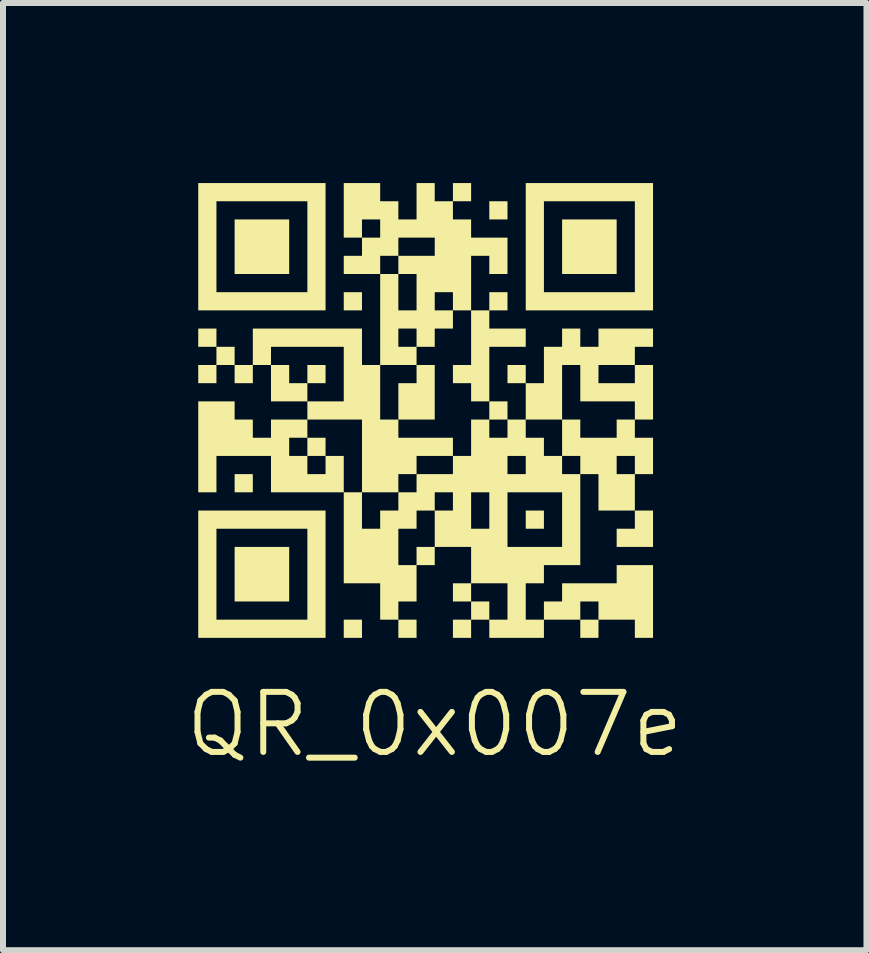
<source format=kicad_pcb>
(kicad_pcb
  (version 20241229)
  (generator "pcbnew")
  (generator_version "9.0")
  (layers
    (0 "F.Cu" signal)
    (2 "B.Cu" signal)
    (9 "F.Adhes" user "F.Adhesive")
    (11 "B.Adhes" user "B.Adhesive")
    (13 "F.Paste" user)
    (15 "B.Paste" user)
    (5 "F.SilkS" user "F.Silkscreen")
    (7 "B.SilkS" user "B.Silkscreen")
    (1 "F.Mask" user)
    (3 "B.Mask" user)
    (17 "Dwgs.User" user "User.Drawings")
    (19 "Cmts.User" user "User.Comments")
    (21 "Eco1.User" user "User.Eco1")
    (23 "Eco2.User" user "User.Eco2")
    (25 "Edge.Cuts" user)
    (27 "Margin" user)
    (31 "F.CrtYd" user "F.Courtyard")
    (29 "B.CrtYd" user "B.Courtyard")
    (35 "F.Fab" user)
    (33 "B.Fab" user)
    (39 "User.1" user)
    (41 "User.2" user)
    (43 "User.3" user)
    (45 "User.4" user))
  (footprint "QR_0x007e"
    (layer "F.Cu")
    (at 4.193 3.94)
    (property "Reference" "QR_0x007e" (at 0 5.08 0) (unlocked yes) (layer "F.SilkS") (effects (font (size 1 1) (thickness 0.1))))
    (fp_poly (pts (xy -3.637 -1.364) (xy -3.637 -1.212) (xy -3.789 -1.212) (xy -3.94 -1.212) (xy -3.94 -1.364) (xy -3.94 -1.516) (xy -3.789 -1.516) (xy -3.637 -1.516)) (stroke (width 0) (type solid)) (fill yes) (layer "F.SilkS"))
    (fp_poly (pts (xy -3.031 1.061) (xy -3.031 1.212) (xy -3.183 1.212) (xy -3.334 1.212) (xy -3.334 1.061) (xy -3.334 0.909) (xy -3.183 0.909) (xy -3.031 0.909)) (stroke (width 0) (type solid)) (fill yes) (layer "F.SilkS"))
    (fp_poly (pts (xy -2.425 -2.879) (xy -2.425 -2.425) (xy -2.879 -2.425) (xy -3.334 -2.425) (xy -3.334 -2.879) (xy -3.334 -3.334) (xy -2.879 -3.334) (xy -2.425 -3.334)) (stroke (width 0) (type solid)) (fill yes) (layer "F.SilkS"))
    (fp_poly (pts (xy -2.425 2.576) (xy -2.425 3.031) (xy -2.879 3.031) (xy -3.334 3.031) (xy -3.334 2.576) (xy -3.334 2.122) (xy -2.879 2.122) (xy -2.425 2.122)) (stroke (width 0) (type solid)) (fill yes) (layer "F.SilkS"))
    (fp_poly (pts (xy -1.819 -0.758) (xy -1.819 -0.606) (xy -1.97 -0.606) (xy -2.122 -0.606) (xy -2.122 -0.758) (xy -2.122 -0.909) (xy -1.97 -0.909) (xy -1.819 -0.909)) (stroke (width 0) (type solid)) (fill yes) (layer "F.SilkS"))
    (fp_poly (pts (xy -1.819 0.455) (xy -1.819 0.606) (xy -1.97 0.606) (xy -2.122 0.606) (xy -2.122 0.455) (xy -2.122 0.303) (xy -1.97 0.303) (xy -1.819 0.303)) (stroke (width 0) (type solid)) (fill yes) (layer "F.SilkS"))
    (fp_poly (pts (xy -1.212 -1.97) (xy -1.212 -1.819) (xy -1.364 -1.819) (xy -1.516 -1.819) (xy -1.516 -1.97) (xy -1.516 -2.122) (xy -1.364 -2.122) (xy -1.212 -2.122)) (stroke (width 0) (type solid)) (fill yes) (layer "F.SilkS"))
    (fp_poly (pts (xy -1.212 3.486) (xy -1.212 3.637) (xy -1.364 3.637) (xy -1.516 3.637) (xy -1.516 3.486) (xy -1.516 3.334) (xy -1.364 3.334) (xy -1.212 3.334)) (stroke (width 0) (type solid)) (fill yes) (layer "F.SilkS"))
    (fp_poly (pts (xy -0.303 3.486) (xy -0.303 3.637) (xy -0.455 3.637) (xy -0.606 3.637) (xy -0.606 3.486) (xy -0.606 3.334) (xy -0.455 3.334) (xy -0.303 3.334)) (stroke (width 0) (type solid)) (fill yes) (layer "F.SilkS"))
    (fp_poly (pts (xy 1.212 -3.486) (xy 1.212 -3.334) (xy 1.061 -3.334) (xy 0.909 -3.334) (xy 0.909 -3.486) (xy 0.909 -3.637) (xy 1.061 -3.637) (xy 1.212 -3.637)) (stroke (width 0) (type solid)) (fill yes) (layer "F.SilkS"))
    (fp_poly (pts (xy 1.819 1.667) (xy 1.819 1.819) (xy 1.667 1.819) (xy 1.516 1.819) (xy 1.516 1.667) (xy 1.516 1.516) (xy 1.667 1.516) (xy 1.819 1.516)) (stroke (width 0) (type solid)) (fill yes) (layer "F.SilkS"))
    (fp_poly (pts (xy 3.031 -2.879) (xy 3.031 -2.425) (xy 2.576 -2.425) (xy 2.122 -2.425) (xy 2.122 -2.879) (xy 2.122 -3.334) (xy 2.576 -3.334) (xy 3.031 -3.334)) (stroke (width 0) (type solid)) (fill yes) (layer "F.SilkS"))
    (fp_poly (pts (xy 0 -0.455) (xy 0 0) (xy -0.303 0) (xy -0.606 0) (xy -0.606 -0.303) (xy -0.606 -0.606) (xy -0.455 -0.606) (xy -0.303 -0.606) (xy -0.303 -0.758) (xy -0.303 -0.909) (xy -0.152 -0.909) (xy 0 -0.909)) (stroke (width 0) (type solid)) (fill yes) (layer "F.SilkS"))
    (fp_poly (pts (xy 3.637 1.819) (xy 3.637 2.122) (xy 3.334 2.122) (xy 3.031 2.122) (xy 3.031 1.97) (xy 3.031 1.819) (xy 3.183 1.819) (xy 3.334 1.819) (xy 3.334 1.667) (xy 3.334 1.516) (xy 3.486 1.516) (xy 3.637 1.516)) (stroke (width 0) (type solid)) (fill yes) (layer "F.SilkS"))
    (fp_poly (pts (xy -1.819 -2.879) (xy -1.819 -1.819) (xy -2.879 -1.819) (xy -3.94 -1.819) (xy -3.94 -2.879) (xy -3.94 -3.637) (xy -3.637 -3.637) (xy -3.637 -2.879) (xy -3.637 -2.122) (xy -2.879 -2.122) (xy -2.122 -2.122) (xy -2.122 -2.879) (xy -2.122 -3.637) (xy -2.879 -3.637) (xy -3.637 -3.637) (xy -3.94 -3.637) (xy -3.94 -3.94) (xy -2.879 -3.94) (xy -1.819 -3.94)) (stroke (width 0) (type solid)) (fill yes) (layer "F.SilkS"))
    (fp_poly (pts (xy -1.819 2.576) (xy -1.819 3.637) (xy -2.879 3.637) (xy -3.94 3.637) (xy -3.94 2.576) (xy -3.94 1.819) (xy -3.637 1.819) (xy -3.637 2.576) (xy -3.637 3.334) (xy -2.879 3.334) (xy -2.122 3.334) (xy -2.122 2.576) (xy -2.122 1.819) (xy -2.879 1.819) (xy -3.637 1.819) (xy -3.94 1.819) (xy -3.94 1.516) (xy -2.879 1.516) (xy -1.819 1.516)) (stroke (width 0) (type solid)) (fill yes) (layer "F.SilkS"))
    (fp_poly (pts (xy 3.637 -2.879) (xy 3.637 -1.819) (xy 2.576 -1.819) (xy 1.516 -1.819) (xy 1.516 -2.879) (xy 1.516 -3.637) (xy 1.819 -3.637) (xy 1.819 -2.879) (xy 1.819 -2.122) (xy 2.576 -2.122) (xy 3.334 -2.122) (xy 3.334 -2.879) (xy 3.334 -3.637) (xy 2.576 -3.637) (xy 1.819 -3.637) (xy 1.516 -3.637) (xy 1.516 -3.94) (xy 2.576 -3.94) (xy 3.637 -3.94)) (stroke (width 0) (type solid)) (fill yes) (layer "F.SilkS"))
    (fp_poly (pts (xy -0.909 -3.789) (xy -0.909 -3.637) (xy -0.758 -3.637) (xy -0.606 -3.637) (xy -0.606 -3.486) (xy -0.606 -3.334) (xy -0.455 -3.334) (xy -0.303 -3.334) (xy -0.303 -3.637) (xy -0.303 -3.94) (xy -0.152 -3.94) (xy 0 -3.94) (xy 0 -3.789) (xy 0 -3.637) (xy 0.152 -3.637) (xy 0.303 -3.637) (xy 0.303 -3.789) (xy 0.303 -3.94) (xy 0.455 -3.94) (xy 0.606 -3.94) (xy 0.606 -3.789) (xy 0.606 -3.637) (xy 0.455 -3.637) (xy 0.303 -3.637) (xy 0.303 -3.486) (xy 0.303 -3.334) (xy 0.455 -3.334) (xy 0.606 -3.334) (xy 0.606 -3.183) (xy 0.606 -3.031) (xy 0.909 -3.031) (xy 1.212 -3.031) (xy 1.212 -2.728) (xy 1.212 -2.425) (xy 1.061 -2.425) (xy 0.909 -2.425) (xy 0.909 -2.576) (xy 0.909 -2.728) (xy 0.758 -2.728) (xy 0.606 -2.728) (xy 0.606 -2.273) (xy 0.606 -1.819) (xy 0.758 -1.819) (xy 0.909 -1.819) (xy 0.909 -1.97) (xy 0.909 -2.122) (xy 1.061 -2.122) (xy 1.212 -2.122) (xy 1.212 -1.97) (xy 1.212 -1.819) (xy 1.061 -1.819) (xy 0.909 -1.819) (xy 0.909 -1.667) (xy 0.909 -1.516) (xy 1.212 -1.516) (xy 1.516 -1.516) (xy 1.516 -1.364) (xy 1.516 -1.212) (xy 1.212 -1.212) (xy 0.909 -1.212) (xy 0.909 -0.758) (xy 0.909 -0.303) (xy 0.758 -0.303) (xy 0.606 -0.303) (xy 0.606 -0.455) (xy 0.606 -0.606) (xy 0.455 -0.606) (xy 0.303 -0.606) (xy 0.303 -0.758) (xy 0.303 -0.909) (xy 0.455 -0.909) (xy 0.606 -0.909) (xy 0.606 -1.364) (xy 0.606 -1.819) (xy 0.455 -1.819) (xy 0.303 -1.819) (xy 0.303 -1.667) (xy 0.303 -1.516) (xy 0.152 -1.516) (xy 0 -1.516) (xy 0 -1.364) (xy 0 -1.212) (xy -0.152 -1.212) (xy -0.303 -1.212) (xy -0.303 -1.364) (xy -0.303 -1.516) (xy -0.455 -1.516) (xy -0.606 -1.516) (xy -0.606 -1.364) (xy -0.606 -1.212) (xy -0.455 -1.212) (xy -0.303 -1.212) (xy -0.303 -1.061) (xy -0.303 -0.909) (xy -0.606 -0.909) (xy -0.909 -0.909) (xy -0.909 -0.455) (xy -0.909 0) (xy -0.758 0) (xy -0.606 0) (xy -0.606 0.152) (xy -0.606 0.303) (xy -0.152 0.303) (xy 0.303 0.303) (xy 0.303 0.455) (xy 0.303 0.606) (xy 0 0.606) (xy -0.303 0.606) (xy -0.303 0.758) (xy -0.303 0.909) (xy -0.455 0.909) (xy -0.606 0.909) (xy -0.606 1.061) (xy -0.606 1.212) (xy -0.909 1.212) (xy -1.212 1.212) (xy -1.212 0.606) (xy -1.212 0) (xy -1.667 0) (xy -2.122 0) (xy -2.122 0.152) (xy -2.122 0.303) (xy -2.273 0.303) (xy -2.425 0.303) (xy -2.425 0.455) (xy -2.425 0.606) (xy -2.273 0.606) (xy -2.122 0.606) (xy -2.122 0.758) (xy -2.122 0.909) (xy -1.97 0.909) (xy -1.819 0.909) (xy -1.819 0.758) (xy -1.819 0.606) (xy -1.667 0.606) (xy -1.516 0.606) (xy -1.516 0.909) (xy -1.516 1.212) (xy -2.122 1.212) (xy -2.728 1.212) (xy -2.728 0.909) (xy -2.728 0.606) (xy -3.183 0.606) (xy -3.637 0.606) (xy -3.637 0.909) (xy -3.637 1.212) (xy -3.789 1.212) (xy -3.94 1.212) (xy -3.94 0.455) (xy -3.94 -0.303) (xy -3.637 -0.303) (xy -3.334 -0.303) (xy -3.334 -0.152) (xy -3.334 0) (xy -3.183 0) (xy -3.031 0) (xy -3.031 0.152) (xy -3.031 0.303) (xy -2.879 0.303) (xy -2.728 0.303) (xy -2.728 0.152) (xy -2.728 0) (xy -2.425 0) (xy -2.122 0) (xy -2.122 -0.152) (xy -2.122 -0.303) (xy -2.425 -0.303) (xy -2.728 -0.303) (xy -2.728 -0.606) (xy -2.728 -0.909) (xy -2.576 -0.909) (xy -2.425 -0.909) (xy -2.425 -0.758) (xy -2.425 -0.606) (xy -2.273 -0.606) (xy -2.122 -0.606) (xy -2.122 -0.455) (xy -2.122 -0.303) (xy -1.819 -0.303) (xy -1.516 -0.303) (xy -1.516 -0.758) (xy -1.516 -1.212) (xy -2.122 -1.212) (xy -2.728 -1.212) (xy -2.728 -1.061) (xy -2.728 -0.909) (xy -2.879 -0.909) (xy -3.031 -0.909) (xy -3.031 -0.758) (xy -3.031 -0.606) (xy -3.183 -0.606) (xy -3.334 -0.606) (xy -3.334 -0.758) (xy -3.334 -0.909) (xy -3.486 -0.909) (xy -3.637 -0.909) (xy -3.637 -0.758) (xy -3.637 -0.606) (xy -3.789 -0.606) (xy -3.94 -0.606) (xy -3.94 -0.758) (xy -3.94 -0.909) (xy -3.789 -0.909) (xy -3.637 -0.909) (xy -3.637 -1.061) (xy -3.637 -1.212) (xy -3.486 -1.212) (xy -3.334 -1.212) (xy -3.334 -1.061) (xy -3.334 -0.909) (xy -3.183 -0.909) (xy -3.031 -0.909) (xy -3.031 -1.212) (xy -3.031 -1.516) (xy -2.122 -1.516) (xy -1.212 -1.516) (xy -1.212 -1.212) (xy -1.212 -0.909) (xy -1.061 -0.909) (xy -0.909 -0.909) (xy -0.909 -1.667) (xy -0.909 -2.425) (xy -0.758 -2.425) (xy -0.606 -2.425) (xy -0.606 -2.122) (xy -0.606 -1.819) (xy -0.455 -1.819) (xy -0.303 -1.819) (xy -0.303 -2.122) (xy 0 -2.122) (xy 0 -1.97) (xy 0 -1.819) (xy 0.152 -1.819) (xy 0.303 -1.819) (xy 0.303 -1.97) (xy 0.303 -2.122) (xy 0.152 -2.122) (xy 0 -2.122) (xy -0.303 -2.122) (xy -0.303 -2.425) (xy -0.455 -2.425) (xy -0.606 -2.425) (xy -0.606 -2.576) (xy -0.606 -2.728) (xy -0.303 -2.728) (xy 0 -2.728) (xy 0 -2.879) (xy 0 -3.031) (xy -0.303 -3.031) (xy -0.606 -3.031) (xy -0.606 -2.879) (xy -0.606 -2.728) (xy -0.758 -2.728) (xy -0.909 -2.728) (xy -0.909 -2.576) (xy -0.909 -2.425) (xy -1.212 -2.425) (xy -1.516 -2.425) (xy -1.516 -2.576) (xy -1.516 -2.728) (xy -1.364 -2.728) (xy -1.212 -2.728) (xy -1.212 -2.879) (xy -1.212 -3.031) (xy -1.364 -3.031) (xy -1.516 -3.031) (xy -1.516 -3.334) (xy -1.212 -3.334) (xy -1.212 -3.183) (xy -1.212 -3.031) (xy -1.061 -3.031) (xy -0.909 -3.031) (xy -0.909 -3.183) (xy -0.909 -3.334) (xy -1.061 -3.334) (xy -1.212 -3.334) (xy -1.516 -3.334) (xy -1.516 -3.486) (xy -1.516 -3.94) (xy -1.212 -3.94) (xy -0.909 -3.94)) (stroke (width 0) (type solid)) (fill yes) (layer "F.SilkS"))
    (fp_poly (pts (xy 2.425 -1.364) (xy 2.425 -1.212) (xy 2.576 -1.212) (xy 2.728 -1.212) (xy 2.728 -1.364) (xy 2.728 -1.516) (xy 3.183 -1.516) (xy 3.637 -1.516) (xy 3.637 -1.364) (xy 3.637 -1.212) (xy 3.486 -1.212) (xy 3.334 -1.212) (xy 3.334 -1.061) (xy 3.334 -0.909) (xy 3.031 -0.909) (xy 2.728 -0.909) (xy 2.728 -0.758) (xy 2.728 -0.606) (xy 3.031 -0.606) (xy 3.334 -0.606) (xy 3.334 -0.758) (xy 3.334 -0.909) (xy 3.486 -0.909) (xy 3.637 -0.909) (xy 3.637 -0.455) (xy 3.637 0) (xy 3.486 0) (xy 3.334 0) (xy 3.334 0.152) (xy 3.334 0.303) (xy 3.486 0.303) (xy 3.637 0.303) (xy 3.637 0.606) (xy 3.637 0.909) (xy 3.486 0.909) (xy 3.334 0.909) (xy 3.334 1.212) (xy 3.334 1.516) (xy 3.031 1.516) (xy 2.728 1.516) (xy 2.728 1.212) (xy 2.728 0.909) (xy 2.576 0.909) (xy 2.425 0.909) (xy 2.425 1.667) (xy 2.425 2.425) (xy 2.122 2.425) (xy 1.819 2.425) (xy 1.819 2.576) (xy 1.819 2.728) (xy 1.667 2.728) (xy 1.516 2.728) (xy 1.516 3.031) (xy 1.516 3.334) (xy 1.667 3.334) (xy 1.819 3.334) (xy 1.819 3.183) (xy 1.819 3.031) (xy 1.97 3.031) (xy 2.122 3.031) (xy 2.425 3.031) (xy 2.425 3.183) (xy 2.425 3.334) (xy 2.576 3.334) (xy 2.728 3.334) (xy 2.728 3.183) (xy 2.728 3.031) (xy 2.576 3.031) (xy 2.425 3.031) (xy 2.122 3.031) (xy 2.122 2.879) (xy 2.122 2.728) (xy 2.576 2.728) (xy 3.031 2.728) (xy 3.031 2.576) (xy 3.031 2.425) (xy 3.334 2.425) (xy 3.637 2.425) (xy 3.637 3.031) (xy 3.637 3.637) (xy 3.486 3.637) (xy 3.334 3.637) (xy 3.334 3.486) (xy 3.334 3.334) (xy 3.031 3.334) (xy 2.728 3.334) (xy 2.728 3.486) (xy 2.728 3.637) (xy 2.576 3.637) (xy 2.425 3.637) (xy 2.425 3.486) (xy 2.425 3.334) (xy 2.122 3.334) (xy 1.819 3.334) (xy 1.819 3.486) (xy 1.819 3.637) (xy 1.364 3.637) (xy 0.909 3.637) (xy 0.909 3.486) (xy 0.909 3.334) (xy 0.758 3.334) (xy 0.606 3.334) (xy 0.606 3.486) (xy 0.606 3.637) (xy 0.455 3.637) (xy 0.303 3.637) (xy 0.303 3.486) (xy 0.303 3.334) (xy 0.455 3.334) (xy 0.606 3.334) (xy 0.606 3.183) (xy 0.606 3.031) (xy 0.758 3.031) (xy 0.909 3.031) (xy 0.909 3.183) (xy 0.909 3.334) (xy 1.061 3.334) (xy 1.212 3.334) (xy 1.212 3.031) (xy 1.212 2.728) (xy 0.909 2.728) (xy 0.606 2.728) (xy 0.606 2.879) (xy 0.606 3.031) (xy 0.455 3.031) (xy 0.303 3.031) (xy 0.303 2.879) (xy 0.303 2.728) (xy 0.455 2.728) (xy 0.606 2.728) (xy 0.606 2.425) (xy 0.606 2.122) (xy 0.303 2.122) (xy 0 2.122) (xy 0 2.273) (xy 0 2.425) (xy -0.152 2.425) (xy -0.303 2.425) (xy -0.303 2.728) (xy -0.303 3.031) (xy -0.455 3.031) (xy -0.606 3.031) (xy -0.606 3.183) (xy -0.606 3.334) (xy -0.758 3.334) (xy -0.909 3.334) (xy -0.909 3.031) (xy -0.909 2.728) (xy -1.212 2.728) (xy -1.516 2.728) (xy -1.516 2.425) (xy -0.606 2.425) (xy -0.455 2.425) (xy -0.303 2.425) (xy -0.303 2.273) (xy -0.303 2.122) (xy -0.152 2.122) (xy 0 2.122) (xy 0 1.819) (xy 0 1.516) (xy 0.152 1.516) (xy 0.303 1.516) (xy 0.303 1.364) (xy 0.303 1.212) (xy 0.606 1.212) (xy 0.606 1.516) (xy 0.606 1.819) (xy 0.758 1.819) (xy 0.909 1.819) (xy 0.909 1.516) (xy 0.909 1.212) (xy 1.212 1.212) (xy 1.212 1.667) (xy 1.212 2.122) (xy 1.667 2.122) (xy 2.122 2.122) (xy 2.122 1.667) (xy 2.122 1.212) (xy 1.667 1.212) (xy 1.212 1.212) (xy 0.909 1.212) (xy 0.758 1.212) (xy 0.606 1.212) (xy 0.303 1.212) (xy 0.152 1.212) (xy 0 1.212) (xy 0 1.364) (xy 0 1.516) (xy -0.152 1.516) (xy -0.303 1.516) (xy -0.303 1.667) (xy -0.303 1.819) (xy -0.455 1.819) (xy -0.606 1.819) (xy -0.606 2.122) (xy -0.606 2.425) (xy -1.516 2.425) (xy -1.516 1.97) (xy -1.516 1.212) (xy -1.364 1.212) (xy -1.212 1.212) (xy -1.212 1.516) (xy -1.212 1.819) (xy -1.061 1.819) (xy -0.909 1.819) (xy -0.909 1.667) (xy -0.909 1.516) (xy -0.758 1.516) (xy -0.606 1.516) (xy -0.606 1.364) (xy -0.606 1.212) (xy -0.455 1.212) (xy -0.303 1.212) (xy -0.303 1.061) (xy -0.303 0.909) (xy 0 0.909) (xy 0.303 0.909) (xy 0.303 0.758) (xy 0.303 0.606) (xy 0.455 0.606) (xy 0.606 0.606) (xy 1.212 0.606) (xy 1.212 0.758) (xy 1.212 0.909) (xy 1.364 0.909) (xy 1.516 0.909) (xy 1.516 0.758) (xy 1.516 0.606) (xy 1.364 0.606) (xy 1.212 0.606) (xy 0.606 0.606) (xy 0.606 0.303) (xy 0.606 0) (xy 0.758 0) (xy 0.909 0) (xy 0.909 0.152) (xy 0.909 0.303) (xy 1.061 0.303) (xy 1.212 0.303) (xy 1.516 0.303) (xy 1.667 0.303) (xy 1.819 0.303) (xy 1.819 0.455) (xy 1.819 0.606) (xy 1.97 0.606) (xy 2.122 0.606) (xy 2.122 0.758) (xy 2.122 0.909) (xy 2.273 0.909) (xy 2.425 0.909) (xy 2.425 0.758) (xy 2.425 0.606) (xy 3.031 0.606) (xy 3.031 0.758) (xy 3.031 0.909) (xy 3.183 0.909) (xy 3.334 0.909) (xy 3.334 0.758) (xy 3.334 0.606) (xy 3.183 0.606) (xy 3.031 0.606) (xy 2.425 0.606) (xy 2.273 0.606) (xy 2.122 0.606) (xy 2.122 0.303) (xy 2.122 0) (xy 2.273 0) (xy 2.425 0) (xy 2.425 0.152) (xy 2.425 0.303) (xy 2.728 0.303) (xy 3.031 0.303) (xy 3.031 0.152) (xy 3.031 0) (xy 3.183 0) (xy 3.334 0) (xy 3.334 -0.152) (xy 3.334 -0.303) (xy 2.879 -0.303) (xy 2.425 -0.303) (xy 2.425 -0.606) (xy 2.425 -0.909) (xy 2.273 -0.909) (xy 2.122 -0.909) (xy 2.122 -0.455) (xy 2.122 0) (xy 1.819 0) (xy 1.516 0) (xy 1.516 0.152) (xy 1.516 0.303) (xy 1.212 0.303) (xy 1.212 0.152) (xy 1.212 0) (xy 1.061 0) (xy 0.909 0) (xy 0.909 -0.152) (xy 0.909 -0.303) (xy 1.061 -0.303) (xy 1.212 -0.303) (xy 1.212 -0.152) (xy 1.212 0) (xy 1.364 0) (xy 1.516 0) (xy 1.516 -0.303) (xy 1.516 -0.606) (xy 1.364 -0.606) (xy 1.212 -0.606) (xy 1.212 -0.758) (xy 1.212 -0.909) (xy 1.364 -0.909) (xy 1.516 -0.909) (xy 1.516 -0.758) (xy 1.516 -0.606) (xy 1.667 -0.606) (xy 1.819 -0.606) (xy 1.819 -0.909) (xy 1.819 -1.212) (xy 1.97 -1.212) (xy 2.122 -1.212) (xy 2.122 -1.364) (xy 2.122 -1.516) (xy 2.273 -1.516) (xy 2.425 -1.516)) (stroke (width 0) (type solid)) (fill yes) (layer "F.SilkS")))
  (gr_rect
    (start -3 -3)
    (end 11.386 12.781)
    (stroke (width 0.1) (type default))
    (fill no)
    (layer "Edge.Cuts")))
</source>
